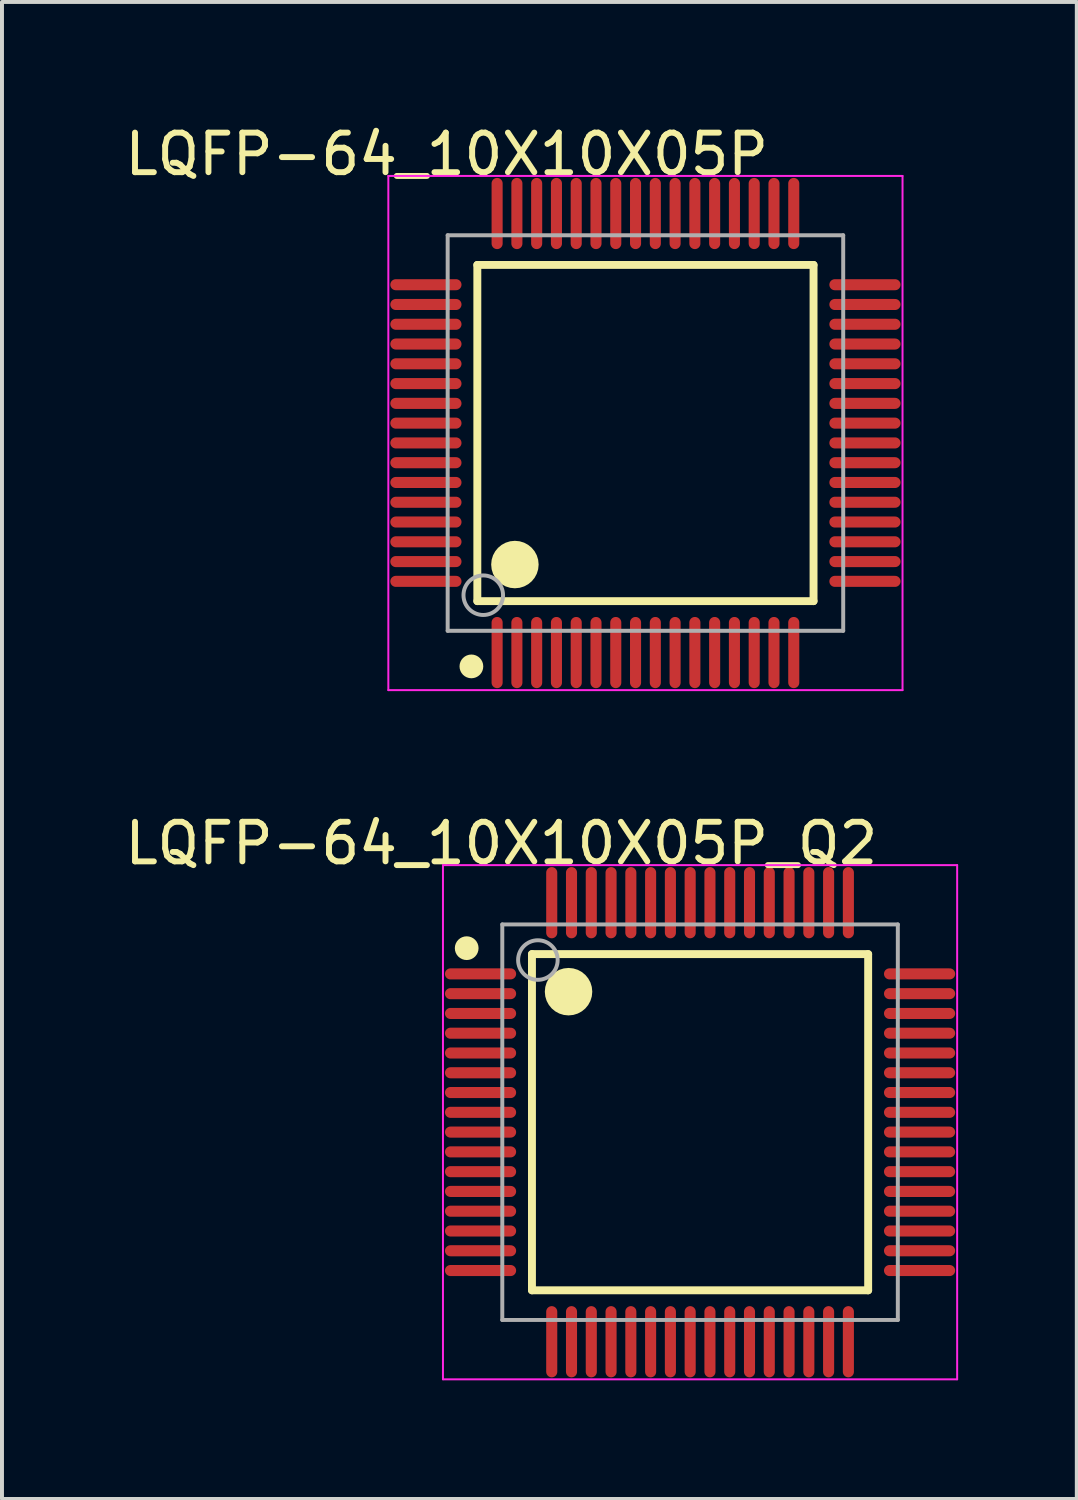
<source format=kicad_pcb>
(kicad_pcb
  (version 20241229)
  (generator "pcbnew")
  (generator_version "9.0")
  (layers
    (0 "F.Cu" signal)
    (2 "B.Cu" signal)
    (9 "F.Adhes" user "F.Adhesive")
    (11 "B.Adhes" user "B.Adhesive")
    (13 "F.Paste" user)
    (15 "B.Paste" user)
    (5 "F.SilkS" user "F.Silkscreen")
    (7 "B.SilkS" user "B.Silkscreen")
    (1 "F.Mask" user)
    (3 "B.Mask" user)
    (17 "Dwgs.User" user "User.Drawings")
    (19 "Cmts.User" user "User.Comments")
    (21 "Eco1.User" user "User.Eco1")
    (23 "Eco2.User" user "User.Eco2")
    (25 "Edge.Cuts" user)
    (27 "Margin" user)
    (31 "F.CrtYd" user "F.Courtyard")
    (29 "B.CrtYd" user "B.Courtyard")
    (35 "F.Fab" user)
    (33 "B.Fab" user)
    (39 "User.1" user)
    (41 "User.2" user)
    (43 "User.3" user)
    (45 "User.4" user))
  (footprint "LQFP-64_10X10X05P"
    (layer "F.Cu")
    (at 13.268 7.898)
    (property "Reference" "LQFP-64_10X10X05P" (at -5.024 -7.05 0) (layer "F.SilkS") (effects (font (size 1 1) (thickness 0.15))))
    (attr through_hole)
    (fp_line (start -4.25 -4.25) (end 4.25 -4.25) (stroke (width 0.2) (type solid)) (layer "F.SilkS"))
    (fp_line (start -4.25 4.25) (end -4.25 -4.25) (stroke (width 0.2) (type solid)) (layer "F.SilkS"))
    (fp_line (start -4.25 4.25) (end 4.25 4.25) (stroke (width 0.2) (type solid)) (layer "F.SilkS"))
    (fp_line (start 4.25 4.25) (end 4.25 -4.25) (stroke (width 0.2) (type solid)) (layer "F.SilkS"))
    (fp_circle (center -4.4 5.9) (end -4.25 5.9) (stroke (width 0.3) (type solid)) (fill no) (layer "F.SilkS"))
    (fp_circle (center -3.3 3.325) (end -3 3.325) (stroke (width 0.6) (type solid)) (fill no) (layer "F.SilkS"))
    (fp_line (start -6.5 -6.5) (end 6.5 -6.5) (stroke (width 0.05) (type solid)) (layer "F.CrtYd"))
    (fp_line (start -6.5 6.5) (end -6.5 -6.5) (stroke (width 0.05) (type solid)) (layer "F.CrtYd"))
    (fp_line (start 6.5 -6.5) (end 6.5 6.5) (stroke (width 0.05) (type solid)) (layer "F.CrtYd"))
    (fp_line (start 6.5 6.5) (end -6.5 6.5) (stroke (width 0.05) (type solid)) (layer "F.CrtYd"))
    (fp_line (start -5 -5) (end 5 -5) (stroke (width 0.1) (type solid)) (layer "F.Fab"))
    (fp_line (start -5 5) (end -5 -5) (stroke (width 0.1) (type solid)) (layer "F.Fab"))
    (fp_line (start -5 5) (end 5 5) (stroke (width 0.1) (type solid)) (layer "F.Fab"))
    (fp_line (start 5 5) (end 5 -5) (stroke (width 0.1) (type solid)) (layer "F.Fab"))
    (fp_circle (center -4.1 4.1) (end -3.6 4.1) (stroke (width 0.1) (type solid)) (fill no) (layer "F.Fab"))
    (pad "1" smd oval (at -3.75 5.55 180) (size 0.28 1.8) (layers "F.Cu" "F.Mask" "F.Paste"))
    (pad "2" smd oval (at -3.25 5.55 180) (size 0.28 1.8) (layers "F.Cu" "F.Mask" "F.Paste"))
    (pad "3" smd oval (at -2.75 5.55 180) (size 0.28 1.8) (layers "F.Cu" "F.Mask" "F.Paste"))
    (pad "4" smd oval (at -2.25 5.55 180) (size 0.28 1.8) (layers "F.Cu" "F.Mask" "F.Paste"))
    (pad "5" smd oval (at -1.75 5.55 180) (size 0.28 1.8) (layers "F.Cu" "F.Mask" "F.Paste"))
    (pad "6" smd oval (at -1.25 5.55 180) (size 0.28 1.8) (layers "F.Cu" "F.Mask" "F.Paste"))
    (pad "7" smd oval (at -0.75 5.55 180) (size 0.28 1.8) (layers "F.Cu" "F.Mask" "F.Paste"))
    (pad "8" smd oval (at -0.25 5.55 180) (size 0.28 1.8) (layers "F.Cu" "F.Mask" "F.Paste"))
    (pad "9" smd oval (at 0.25 5.55 180) (size 0.28 1.8) (layers "F.Cu" "F.Mask" "F.Paste"))
    (pad "10" smd oval (at 0.75 5.55 180) (size 0.28 1.8) (layers "F.Cu" "F.Mask" "F.Paste"))
    (pad "11" smd oval (at 1.25 5.55 180) (size 0.28 1.8) (layers "F.Cu" "F.Mask" "F.Paste"))
    (pad "12" smd oval (at 1.75 5.55 180) (size 0.28 1.8) (layers "F.Cu" "F.Mask" "F.Paste"))
    (pad "13" smd oval (at 2.25 5.55 180) (size 0.28 1.8) (layers "F.Cu" "F.Mask" "F.Paste"))
    (pad "14" smd oval (at 2.75 5.55 180) (size 0.28 1.8) (layers "F.Cu" "F.Mask" "F.Paste"))
    (pad "15" smd oval (at 3.25 5.55 180) (size 0.28 1.8) (layers "F.Cu" "F.Mask" "F.Paste"))
    (pad "16" smd oval (at 3.75 5.55 180) (size 0.28 1.8) (layers "F.Cu" "F.Mask" "F.Paste"))
    (pad "17" smd oval (at 5.55 3.75 90) (size 0.28 1.8) (layers "F.Cu" "F.Mask" "F.Paste"))
    (pad "18" smd oval (at 5.55 3.25 90) (size 0.28 1.8) (layers "F.Cu" "F.Mask" "F.Paste"))
    (pad "19" smd oval (at 5.55 2.75 90) (size 0.28 1.8) (layers "F.Cu" "F.Mask" "F.Paste"))
    (pad "20" smd oval (at 5.55 2.25 90) (size 0.28 1.8) (layers "F.Cu" "F.Mask" "F.Paste"))
    (pad "21" smd oval (at 5.55 1.75 90) (size 0.28 1.8) (layers "F.Cu" "F.Mask" "F.Paste"))
    (pad "22" smd oval (at 5.55 1.25 90) (size 0.28 1.8) (layers "F.Cu" "F.Mask" "F.Paste"))
    (pad "23" smd oval (at 5.55 0.75 90) (size 0.28 1.8) (layers "F.Cu" "F.Mask" "F.Paste"))
    (pad "24" smd oval (at 5.55 0.25 90) (size 0.28 1.8) (layers "F.Cu" "F.Mask" "F.Paste"))
    (pad "25" smd oval (at 5.55 -0.25 90) (size 0.28 1.8) (layers "F.Cu" "F.Mask" "F.Paste"))
    (pad "26" smd oval (at 5.55 -0.75 90) (size 0.28 1.8) (layers "F.Cu" "F.Mask" "F.Paste"))
    (pad "27" smd oval (at 5.55 -1.25 90) (size 0.28 1.8) (layers "F.Cu" "F.Mask" "F.Paste"))
    (pad "28" smd oval (at 5.55 -1.75 90) (size 0.28 1.8) (layers "F.Cu" "F.Mask" "F.Paste"))
    (pad "29" smd oval (at 5.55 -2.25 90) (size 0.28 1.8) (layers "F.Cu" "F.Mask" "F.Paste"))
    (pad "30" smd oval (at 5.55 -2.75 90) (size 0.28 1.8) (layers "F.Cu" "F.Mask" "F.Paste"))
    (pad "31" smd oval (at 5.55 -3.25 90) (size 0.28 1.8) (layers "F.Cu" "F.Mask" "F.Paste"))
    (pad "32" smd oval (at 5.55 -3.75 90) (size 0.28 1.8) (layers "F.Cu" "F.Mask" "F.Paste"))
    (pad "33" smd oval (at 3.75 -5.55 180) (size 0.28 1.8) (layers "F.Cu" "F.Mask" "F.Paste"))
    (pad "34" smd oval (at 3.25 -5.55 180) (size 0.28 1.8) (layers "F.Cu" "F.Mask" "F.Paste"))
    (pad "35" smd oval (at 2.75 -5.55 180) (size 0.28 1.8) (layers "F.Cu" "F.Mask" "F.Paste"))
    (pad "36" smd oval (at 2.25 -5.55 180) (size 0.28 1.8) (layers "F.Cu" "F.Mask" "F.Paste"))
    (pad "37" smd oval (at 1.75 -5.55 180) (size 0.28 1.8) (layers "F.Cu" "F.Mask" "F.Paste"))
    (pad "38" smd oval (at 1.25 -5.55 180) (size 0.28 1.8) (layers "F.Cu" "F.Mask" "F.Paste"))
    (pad "39" smd oval (at 0.75 -5.55 180) (size 0.28 1.8) (layers "F.Cu" "F.Mask" "F.Paste"))
    (pad "40" smd oval (at 0.25 -5.55 180) (size 0.28 1.8) (layers "F.Cu" "F.Mask" "F.Paste"))
    (pad "41" smd oval (at -0.25 -5.55 180) (size 0.28 1.8) (layers "F.Cu" "F.Mask" "F.Paste"))
    (pad "42" smd oval (at -0.75 -5.55 180) (size 0.28 1.8) (layers "F.Cu" "F.Mask" "F.Paste"))
    (pad "43" smd oval (at -1.25 -5.55 180) (size 0.28 1.8) (layers "F.Cu" "F.Mask" "F.Paste"))
    (pad "44" smd oval (at -1.75 -5.55 180) (size 0.28 1.8) (layers "F.Cu" "F.Mask" "F.Paste"))
    (pad "45" smd oval (at -2.25 -5.55 180) (size 0.28 1.8) (layers "F.Cu" "F.Mask" "F.Paste"))
    (pad "46" smd oval (at -2.75 -5.55 180) (size 0.28 1.8) (layers "F.Cu" "F.Mask" "F.Paste"))
    (pad "47" smd oval (at -3.25 -5.55 180) (size 0.28 1.8) (layers "F.Cu" "F.Mask" "F.Paste"))
    (pad "48" smd oval (at -3.75 -5.55 180) (size 0.28 1.8) (layers "F.Cu" "F.Mask" "F.Paste"))
    (pad "49" smd oval (at -5.55 -3.75 90) (size 0.28 1.8) (layers "F.Cu" "F.Mask" "F.Paste"))
    (pad "50" smd oval (at -5.55 -3.25 90) (size 0.28 1.8) (layers "F.Cu" "F.Mask" "F.Paste"))
    (pad "51" smd oval (at -5.55 -2.75 90) (size 0.28 1.8) (layers "F.Cu" "F.Mask" "F.Paste"))
    (pad "52" smd oval (at -5.55 -2.25 90) (size 0.28 1.8) (layers "F.Cu" "F.Mask" "F.Paste"))
    (pad "53" smd oval (at -5.55 -1.75 90) (size 0.28 1.8) (layers "F.Cu" "F.Mask" "F.Paste"))
    (pad "54" smd oval (at -5.55 -1.25 90) (size 0.28 1.8) (layers "F.Cu" "F.Mask" "F.Paste"))
    (pad "55" smd oval (at -5.55 -0.75 90) (size 0.28 1.8) (layers "F.Cu" "F.Mask" "F.Paste"))
    (pad "56" smd oval (at -5.55 -0.25 90) (size 0.28 1.8) (layers "F.Cu" "F.Mask" "F.Paste"))
    (pad "57" smd oval (at -5.55 0.25 90) (size 0.28 1.8) (layers "F.Cu" "F.Mask" "F.Paste"))
    (pad "58" smd oval (at -5.55 0.75 90) (size 0.28 1.8) (layers "F.Cu" "F.Mask" "F.Paste"))
    (pad "59" smd oval (at -5.55 1.25 90) (size 0.28 1.8) (layers "F.Cu" "F.Mask" "F.Paste"))
    (pad "60" smd oval (at -5.55 1.75 90) (size 0.28 1.8) (layers "F.Cu" "F.Mask" "F.Paste"))
    (pad "61" smd oval (at -5.55 2.25 90) (size 0.28 1.8) (layers "F.Cu" "F.Mask" "F.Paste"))
    (pad "62" smd oval (at -5.55 2.75 90) (size 0.28 1.8) (layers "F.Cu" "F.Mask" "F.Paste"))
    (pad "63" smd oval (at -5.55 3.25 90) (size 0.28 1.8) (layers "F.Cu" "F.Mask" "F.Paste"))
    (pad "64" smd oval (at -5.55 3.75 90) (size 0.28 1.8) (layers "F.Cu" "F.Mask" "F.Paste")))
  (footprint "LQFP-64_10X10X05P_Q2"
    (layer "F.Cu")
    (at 14.649 25.322)
    (property "Reference" "LQFP-64_10X10X05P_Q2" (at -5.024 -7.05 0) (layer "F.SilkS") (effects (font (size 1 1) (thickness 0.15))))
    (attr through_hole)
    (fp_line (start -4.25 -4.25) (end 4.25 -4.25) (stroke (width 0.2) (type solid)) (layer "F.SilkS"))
    (fp_line (start -4.25 4.25) (end -4.25 -4.25) (stroke (width 0.2) (type solid)) (layer "F.SilkS"))
    (fp_line (start -4.25 4.25) (end 4.25 4.25) (stroke (width 0.2) (type solid)) (layer "F.SilkS"))
    (fp_line (start 4.25 4.25) (end 4.25 -4.25) (stroke (width 0.2) (type solid)) (layer "F.SilkS"))
    (fp_circle (center -5.9 -4.4) (end -5.75 -4.4) (stroke (width 0.3) (type solid)) (fill no) (layer "F.SilkS"))
    (fp_circle (center -3.325 -3.3) (end -3.025 -3.3) (stroke (width 0.6) (type solid)) (fill no) (layer "F.SilkS"))
    (fp_line (start -6.5 -6.5) (end 6.5 -6.5) (stroke (width 0.05) (type solid)) (layer "F.CrtYd"))
    (fp_line (start -6.5 6.5) (end -6.5 -6.5) (stroke (width 0.05) (type solid)) (layer "F.CrtYd"))
    (fp_line (start 6.5 -6.5) (end 6.5 6.5) (stroke (width 0.05) (type solid)) (layer "F.CrtYd"))
    (fp_line (start 6.5 6.5) (end -6.5 6.5) (stroke (width 0.05) (type solid)) (layer "F.CrtYd"))
    (fp_line (start -5 -5) (end 5 -5) (stroke (width 0.1) (type solid)) (layer "F.Fab"))
    (fp_line (start -5 5) (end -5 -5) (stroke (width 0.1) (type solid)) (layer "F.Fab"))
    (fp_line (start -5 5) (end 5 5) (stroke (width 0.1) (type solid)) (layer "F.Fab"))
    (fp_line (start 5 5) (end 5 -5) (stroke (width 0.1) (type solid)) (layer "F.Fab"))
    (fp_circle (center -4.1 -4.1) (end -3.6 -4.1) (stroke (width 0.1) (type solid)) (fill no) (layer "F.Fab"))
    (pad "1" smd oval (at -5.55 -3.75 90) (size 0.28 1.8) (layers "F.Cu" "F.Mask" "F.Paste"))
    (pad "2" smd oval (at -5.55 -3.25 90) (size 0.28 1.8) (layers "F.Cu" "F.Mask" "F.Paste"))
    (pad "3" smd oval (at -5.55 -2.75 90) (size 0.28 1.8) (layers "F.Cu" "F.Mask" "F.Paste"))
    (pad "4" smd oval (at -5.55 -2.25 90) (size 0.28 1.8) (layers "F.Cu" "F.Mask" "F.Paste"))
    (pad "5" smd oval (at -5.55 -1.75 90) (size 0.28 1.8) (layers "F.Cu" "F.Mask" "F.Paste"))
    (pad "6" smd oval (at -5.55 -1.25 90) (size 0.28 1.8) (layers "F.Cu" "F.Mask" "F.Paste"))
    (pad "7" smd oval (at -5.55 -0.75 90) (size 0.28 1.8) (layers "F.Cu" "F.Mask" "F.Paste"))
    (pad "8" smd oval (at -5.55 -0.25 90) (size 0.28 1.8) (layers "F.Cu" "F.Mask" "F.Paste"))
    (pad "9" smd oval (at -5.55 0.25 90) (size 0.28 1.8) (layers "F.Cu" "F.Mask" "F.Paste"))
    (pad "10" smd oval (at -5.55 0.75 90) (size 0.28 1.8) (layers "F.Cu" "F.Mask" "F.Paste"))
    (pad "11" smd oval (at -5.55 1.25 90) (size 0.28 1.8) (layers "F.Cu" "F.Mask" "F.Paste"))
    (pad "12" smd oval (at -5.55 1.75 90) (size 0.28 1.8) (layers "F.Cu" "F.Mask" "F.Paste"))
    (pad "13" smd oval (at -5.55 2.25 90) (size 0.28 1.8) (layers "F.Cu" "F.Mask" "F.Paste"))
    (pad "14" smd oval (at -5.55 2.75 90) (size 0.28 1.8) (layers "F.Cu" "F.Mask" "F.Paste"))
    (pad "15" smd oval (at -5.55 3.25 90) (size 0.28 1.8) (layers "F.Cu" "F.Mask" "F.Paste"))
    (pad "16" smd oval (at -5.55 3.75 90) (size 0.28 1.8) (layers "F.Cu" "F.Mask" "F.Paste"))
    (pad "17" smd oval (at -3.75 5.55) (size 0.28 1.8) (layers "F.Cu" "F.Mask" "F.Paste"))
    (pad "18" smd oval (at -3.25 5.55) (size 0.28 1.8) (layers "F.Cu" "F.Mask" "F.Paste"))
    (pad "19" smd oval (at -2.75 5.55) (size 0.28 1.8) (layers "F.Cu" "F.Mask" "F.Paste"))
    (pad "20" smd oval (at -2.25 5.55) (size 0.28 1.8) (layers "F.Cu" "F.Mask" "F.Paste"))
    (pad "21" smd oval (at -1.75 5.55) (size 0.28 1.8) (layers "F.Cu" "F.Mask" "F.Paste"))
    (pad "22" smd oval (at -1.25 5.55) (size 0.28 1.8) (layers "F.Cu" "F.Mask" "F.Paste"))
    (pad "23" smd oval (at -0.75 5.55) (size 0.28 1.8) (layers "F.Cu" "F.Mask" "F.Paste"))
    (pad "24" smd oval (at -0.25 5.55) (size 0.28 1.8) (layers "F.Cu" "F.Mask" "F.Paste"))
    (pad "25" smd oval (at 0.25 5.55) (size 0.28 1.8) (layers "F.Cu" "F.Mask" "F.Paste"))
    (pad "26" smd oval (at 0.75 5.55) (size 0.28 1.8) (layers "F.Cu" "F.Mask" "F.Paste"))
    (pad "27" smd oval (at 1.25 5.55) (size 0.28 1.8) (layers "F.Cu" "F.Mask" "F.Paste"))
    (pad "28" smd oval (at 1.75 5.55) (size 0.28 1.8) (layers "F.Cu" "F.Mask" "F.Paste"))
    (pad "29" smd oval (at 2.25 5.55) (size 0.28 1.8) (layers "F.Cu" "F.Mask" "F.Paste"))
    (pad "30" smd oval (at 2.75 5.55) (size 0.28 1.8) (layers "F.Cu" "F.Mask" "F.Paste"))
    (pad "31" smd oval (at 3.25 5.55) (size 0.28 1.8) (layers "F.Cu" "F.Mask" "F.Paste"))
    (pad "32" smd oval (at 3.75 5.55) (size 0.28 1.8) (layers "F.Cu" "F.Mask" "F.Paste"))
    (pad "33" smd oval (at 5.55 3.75 90) (size 0.28 1.8) (layers "F.Cu" "F.Mask" "F.Paste"))
    (pad "34" smd oval (at 5.55 3.25 90) (size 0.28 1.8) (layers "F.Cu" "F.Mask" "F.Paste"))
    (pad "35" smd oval (at 5.55 2.75 90) (size 0.28 1.8) (layers "F.Cu" "F.Mask" "F.Paste"))
    (pad "36" smd oval (at 5.55 2.25 90) (size 0.28 1.8) (layers "F.Cu" "F.Mask" "F.Paste"))
    (pad "37" smd oval (at 5.55 1.75 90) (size 0.28 1.8) (layers "F.Cu" "F.Mask" "F.Paste"))
    (pad "38" smd oval (at 5.55 1.25 90) (size 0.28 1.8) (layers "F.Cu" "F.Mask" "F.Paste"))
    (pad "39" smd oval (at 5.55 0.75 90) (size 0.28 1.8) (layers "F.Cu" "F.Mask" "F.Paste"))
    (pad "40" smd oval (at 5.55 0.25 90) (size 0.28 1.8) (layers "F.Cu" "F.Mask" "F.Paste"))
    (pad "41" smd oval (at 5.55 -0.25 90) (size 0.28 1.8) (layers "F.Cu" "F.Mask" "F.Paste"))
    (pad "42" smd oval (at 5.55 -0.75 90) (size 0.28 1.8) (layers "F.Cu" "F.Mask" "F.Paste"))
    (pad "43" smd oval (at 5.55 -1.25 90) (size 0.28 1.8) (layers "F.Cu" "F.Mask" "F.Paste"))
    (pad "44" smd oval (at 5.55 -1.75 90) (size 0.28 1.8) (layers "F.Cu" "F.Mask" "F.Paste"))
    (pad "45" smd oval (at 5.55 -2.25 90) (size 0.28 1.8) (layers "F.Cu" "F.Mask" "F.Paste"))
    (pad "46" smd oval (at 5.55 -2.75 90) (size 0.28 1.8) (layers "F.Cu" "F.Mask" "F.Paste"))
    (pad "47" smd oval (at 5.55 -3.25 90) (size 0.28 1.8) (layers "F.Cu" "F.Mask" "F.Paste"))
    (pad "48" smd oval (at 5.55 -3.75 90) (size 0.28 1.8) (layers "F.Cu" "F.Mask" "F.Paste"))
    (pad "49" smd oval (at 3.75 -5.55) (size 0.28 1.8) (layers "F.Cu" "F.Mask" "F.Paste"))
    (pad "50" smd oval (at 3.25 -5.55) (size 0.28 1.8) (layers "F.Cu" "F.Mask" "F.Paste"))
    (pad "51" smd oval (at 2.75 -5.55) (size 0.28 1.8) (layers "F.Cu" "F.Mask" "F.Paste"))
    (pad "52" smd oval (at 2.25 -5.55) (size 0.28 1.8) (layers "F.Cu" "F.Mask" "F.Paste"))
    (pad "53" smd oval (at 1.75 -5.55) (size 0.28 1.8) (layers "F.Cu" "F.Mask" "F.Paste"))
    (pad "54" smd oval (at 1.25 -5.55) (size 0.28 1.8) (layers "F.Cu" "F.Mask" "F.Paste"))
    (pad "55" smd oval (at 0.75 -5.55) (size 0.28 1.8) (layers "F.Cu" "F.Mask" "F.Paste"))
    (pad "56" smd oval (at 0.25 -5.55) (size 0.28 1.8) (layers "F.Cu" "F.Mask" "F.Paste"))
    (pad "57" smd oval (at -0.25 -5.55) (size 0.28 1.8) (layers "F.Cu" "F.Mask" "F.Paste"))
    (pad "58" smd oval (at -0.75 -5.55) (size 0.28 1.8) (layers "F.Cu" "F.Mask" "F.Paste"))
    (pad "59" smd oval (at -1.25 -5.55) (size 0.28 1.8) (layers "F.Cu" "F.Mask" "F.Paste"))
    (pad "60" smd oval (at -1.75 -5.55) (size 0.28 1.8) (layers "F.Cu" "F.Mask" "F.Paste"))
    (pad "61" smd oval (at -2.25 -5.55) (size 0.28 1.8) (layers "F.Cu" "F.Mask" "F.Paste"))
    (pad "62" smd oval (at -2.75 -5.55) (size 0.28 1.8) (layers "F.Cu" "F.Mask" "F.Paste"))
    (pad "63" smd oval (at -3.25 -5.55) (size 0.28 1.8) (layers "F.Cu" "F.Mask" "F.Paste"))
    (pad "64" smd oval (at -3.75 -5.55) (size 0.28 1.8) (layers "F.Cu" "F.Mask" "F.Paste")))
  (gr_rect
    (start -3 -3)
    (end 24.174 34.847)
    (stroke (width 0.1) (type default))
    (fill no)
    (layer "Edge.Cuts")))
</source>
